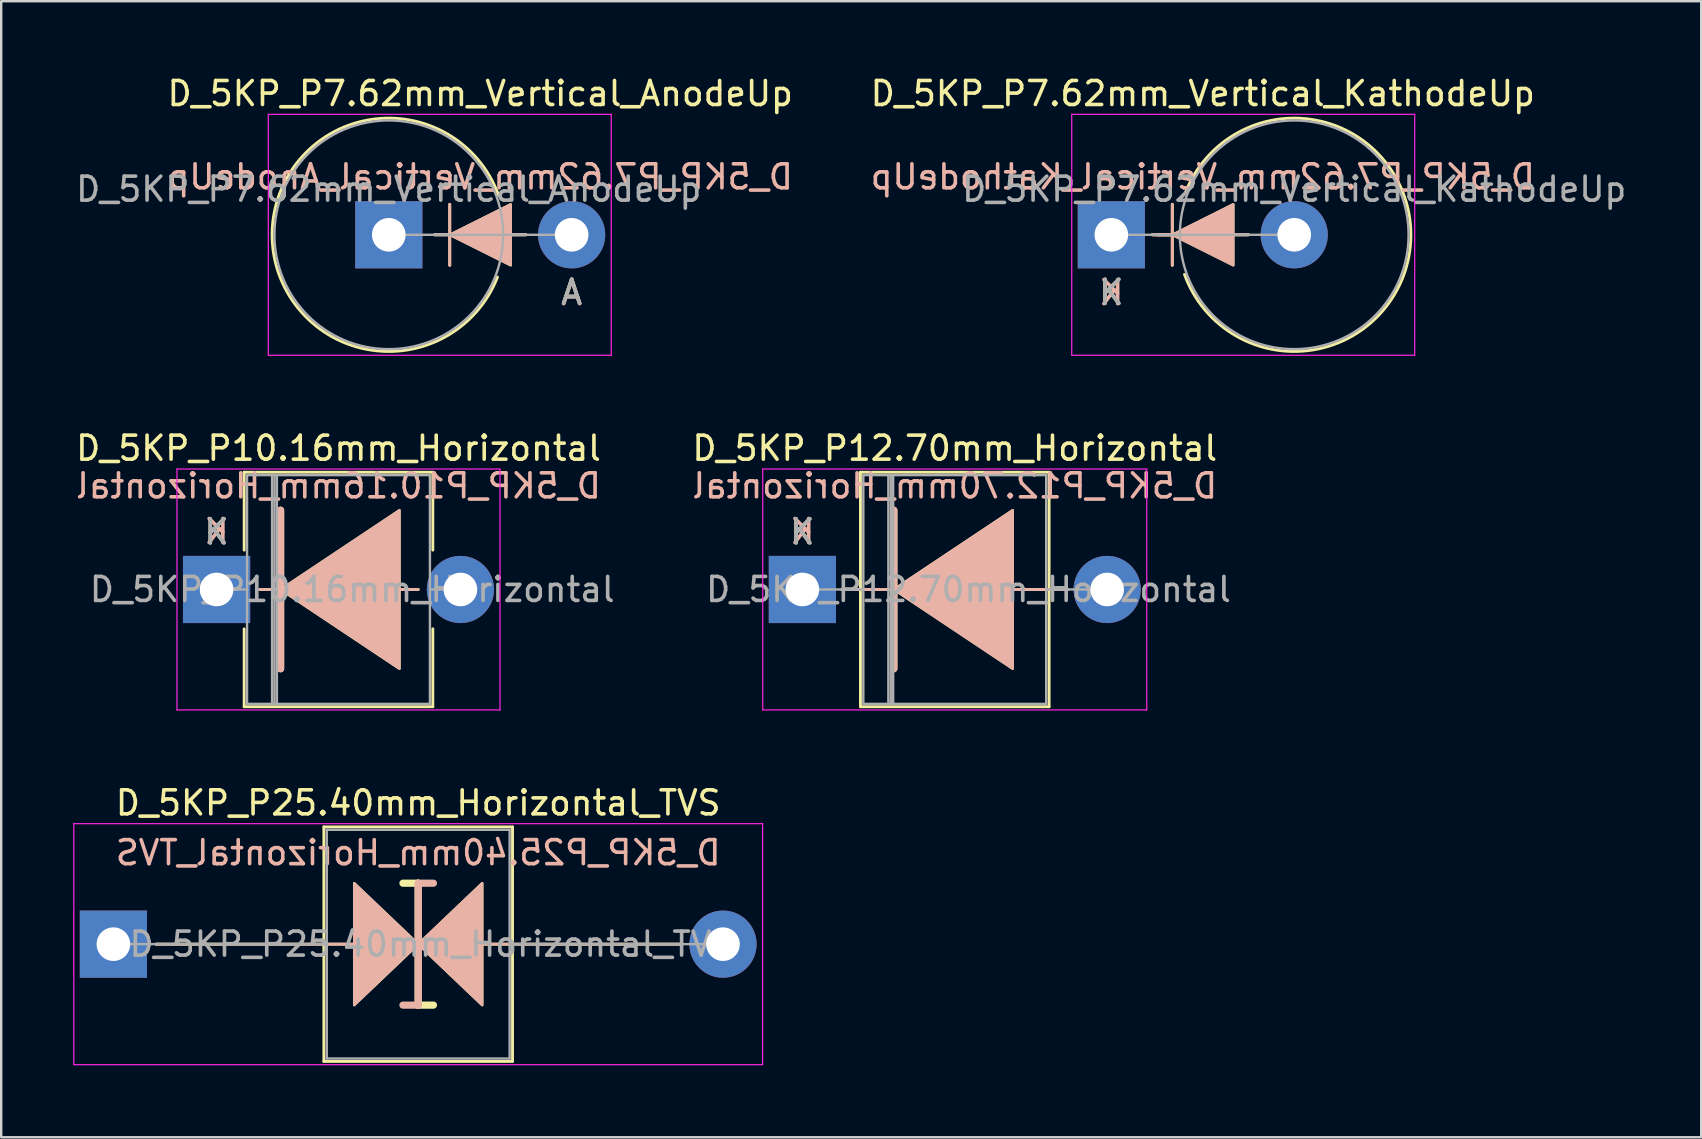
<source format=kicad_pcb>
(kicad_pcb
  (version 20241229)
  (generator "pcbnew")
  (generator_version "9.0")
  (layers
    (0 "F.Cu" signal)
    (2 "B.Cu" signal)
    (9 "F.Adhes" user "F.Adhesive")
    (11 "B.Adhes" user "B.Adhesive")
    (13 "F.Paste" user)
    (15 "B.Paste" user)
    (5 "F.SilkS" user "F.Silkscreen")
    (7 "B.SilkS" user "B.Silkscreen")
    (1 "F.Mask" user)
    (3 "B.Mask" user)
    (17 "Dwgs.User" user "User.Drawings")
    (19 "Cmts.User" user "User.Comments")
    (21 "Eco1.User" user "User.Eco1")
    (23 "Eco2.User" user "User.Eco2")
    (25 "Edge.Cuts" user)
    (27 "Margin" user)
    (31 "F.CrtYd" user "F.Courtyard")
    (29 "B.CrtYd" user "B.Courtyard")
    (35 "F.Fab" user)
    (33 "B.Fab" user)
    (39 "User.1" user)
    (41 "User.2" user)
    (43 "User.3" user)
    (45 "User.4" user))
  (footprint "D_5KP_P10.16mm_Horizontal"
    (layer "F.Cu")
    (at 5.974 21.512)
    (property "Reference" "D_5KP_P10.16mm_Horizontal" (at 5.08 -5.885 0) (layer "F.SilkS") (effects (font (size 1 1) (thickness 0.15))))
    (fp_line (start 1.15 -4.885) (end 9.01 -4.885) (stroke (width 0.12) (type solid)) (layer "F.SilkS"))
    (fp_line (start 1.15 -1.64) (end 1.15 -4.885) (stroke (width 0.12) (type solid)) (layer "F.SilkS"))
    (fp_line (start 1.15 1.64) (end 1.15 4.885) (stroke (width 0.12) (type solid)) (layer "F.SilkS"))
    (fp_line (start 1.15 4.885) (end 9.01 4.885) (stroke (width 0.12) (type solid)) (layer "F.SilkS"))
    (fp_line (start 1.8 0) (end 2.794 0) (stroke (width 0.12) (type solid)) (layer "F.SilkS"))
    (fp_line (start 2.667 -3.302) (end 2.667 3.302) (stroke (width 0.3) (type solid)) (layer "F.SilkS"))
    (fp_line (start 8.4 0) (end 7.6 0) (stroke (width 0.12) (type solid)) (layer "F.SilkS"))
    (fp_line (start 9.01 -4.885) (end 9.01 -1.64) (stroke (width 0.12) (type solid)) (layer "F.SilkS"))
    (fp_line (start 9.01 4.885) (end 9.01 1.64) (stroke (width 0.12) (type solid)) (layer "F.SilkS"))
    (fp_poly (pts (xy 7.62 3.302) (xy 2.667 0) (xy 7.62 -3.302)) (stroke (width 0.1) (type solid)) (fill yes) (layer "F.SilkS"))
    (fp_line (start 1.8 0) (end 2.794 0) (stroke (width 0.12) (type solid)) (layer "B.SilkS"))
    (fp_line (start 2.667 3.302) (end 2.667 -3.302) (stroke (width 0.3) (type solid)) (layer "B.SilkS"))
    (fp_line (start 8.4 0) (end 7.6 0) (stroke (width 0.12) (type solid)) (layer "B.SilkS"))
    (fp_poly (pts (xy 7.62 -3.302) (xy 2.667 0) (xy 7.62 3.302)) (stroke (width 0.1) (type solid)) (fill yes) (layer "B.SilkS"))
    (fp_line (start -1.65 -5.02) (end -1.65 5.02) (stroke (width 0.05) (type solid)) (layer "F.CrtYd"))
    (fp_line (start -1.65 5.02) (end 11.81 5.02) (stroke (width 0.05) (type solid)) (layer "F.CrtYd"))
    (fp_line (start 11.81 -5.02) (end -1.65 -5.02) (stroke (width 0.05) (type solid)) (layer "F.CrtYd"))
    (fp_line (start 11.81 5.02) (end 11.81 -5.02) (stroke (width 0.05) (type solid)) (layer "F.CrtYd"))
    (fp_line (start 0 0) (end 1.27 0) (stroke (width 0.1) (type solid)) (layer "F.Fab"))
    (fp_line (start 1.27 -4.765) (end 1.27 4.765) (stroke (width 0.1) (type solid)) (layer "F.Fab"))
    (fp_line (start 1.27 4.765) (end 8.89 4.765) (stroke (width 0.1) (type solid)) (layer "F.Fab"))
    (fp_line (start 2.313 -4.765) (end 2.313 4.765) (stroke (width 0.1) (type solid)) (layer "F.Fab"))
    (fp_line (start 2.413 -4.765) (end 2.413 4.765) (stroke (width 0.1) (type solid)) (layer "F.Fab"))
    (fp_line (start 2.513 -4.765) (end 2.513 4.765) (stroke (width 0.1) (type solid)) (layer "F.Fab"))
    (fp_line (start 8.89 -4.765) (end 1.27 -4.765) (stroke (width 0.1) (type solid)) (layer "F.Fab"))
    (fp_line (start 8.89 4.765) (end 8.89 -4.765) (stroke (width 0.1) (type solid)) (layer "F.Fab"))
    (fp_line (start 10.16 0) (end 8.89 0) (stroke (width 0.1) (type solid)) (layer "F.Fab"))
    (fp_text user "K" (at 0 -2.4 0) (layer "F.SilkS") (effects (font (size 1 1) (thickness 0.15))))
    (fp_text user "${REFERENCE}" (at 5.08 -4.318 0) (layer "B.SilkS") (effects (font (size 1 1) (thickness 0.15)) (justify mirror)))
    (fp_text user "K" (at 0 -2.413 0) (layer "B.SilkS") (effects (font (size 1 1) (thickness 0.15)) (justify mirror)))
    (fp_text user "K" (at 0 -2.4 0) (layer "F.Fab") (effects (font (size 1 1) (thickness 0.15))))
    (fp_text user "${REFERENCE}" (at 5.652 0 0) (layer "F.Fab") (effects (font (size 1 1) (thickness 0.15))))
    (pad "1" thru_hole rect (at 0 0) (size 2.8 2.8) (drill 1.4) (layers "*.Cu" "*.Mask"))
    (pad "2" thru_hole oval (at 10.16 0) (size 2.8 2.8) (drill 1.4) (layers "*.Cu" "*.Mask")))
  (footprint "D_5KP_P25.40mm_Horizontal_TVS"
    (layer "F.Cu")
    (at 1.675 36.29)
    (property "Reference" "D_5KP_P25.40mm_Horizontal_TVS" (at 12.7 -5.885 0) (layer "F.SilkS") (effects (font (size 1 1) (thickness 0.15))))
    (fp_line (start 1.778 0) (end 10.033 0) (stroke (width 0.12) (type solid)) (layer "F.SilkS"))
    (fp_line (start 8.77 -4.885) (end 8.77 4.885) (stroke (width 0.12) (type solid)) (layer "F.SilkS"))
    (fp_line (start 8.77 4.885) (end 16.63 4.885) (stroke (width 0.12) (type solid)) (layer "F.SilkS"))
    (fp_line (start 12.7 -2.54) (end 12.065 -2.54) (stroke (width 0.3) (type solid)) (layer "F.SilkS"))
    (fp_line (start 12.7 2.54) (end 12.7 -2.54) (stroke (width 0.3) (type solid)) (layer "F.SilkS"))
    (fp_line (start 13.335 2.54) (end 12.7 2.54) (stroke (width 0.3) (type solid)) (layer "F.SilkS"))
    (fp_line (start 16.63 -4.885) (end 8.77 -4.885) (stroke (width 0.12) (type solid)) (layer "F.SilkS"))
    (fp_line (start 16.63 4.885) (end 16.63 -4.885) (stroke (width 0.12) (type solid)) (layer "F.SilkS"))
    (fp_line (start 23.622 0) (end 15.367 0) (stroke (width 0.12) (type solid)) (layer "F.SilkS"))
    (fp_poly (pts (xy 12.7 0) (xy 10.033 2.54) (xy 10.033 -2.54)) (stroke (width 0.1) (type solid)) (fill yes) (layer "F.SilkS"))
    (fp_poly (pts (xy 12.7 0) (xy 15.367 -2.54) (xy 15.367 2.54)) (stroke (width 0.1) (type solid)) (fill yes) (layer "F.SilkS"))
    (fp_line (start 1.778 0) (end 10.033 0) (stroke (width 0.12) (type solid)) (layer "B.SilkS"))
    (fp_line (start 12.7 -2.54) (end 12.7 2.54) (stroke (width 0.3) (type solid)) (layer "B.SilkS"))
    (fp_line (start 12.7 2.54) (end 12.065 2.54) (stroke (width 0.3) (type solid)) (layer "B.SilkS"))
    (fp_line (start 13.335 -2.54) (end 12.7 -2.54) (stroke (width 0.3) (type solid)) (layer "B.SilkS"))
    (fp_line (start 23.622 0) (end 15.367 0) (stroke (width 0.12) (type solid)) (layer "B.SilkS"))
    (fp_poly (pts (xy 12.7 0) (xy 10.033 -2.54) (xy 10.033 2.54)) (stroke (width 0.1) (type solid)) (fill yes) (layer "B.SilkS"))
    (fp_poly (pts (xy 12.7 0) (xy 15.367 2.54) (xy 15.367 -2.54)) (stroke (width 0.1) (type solid)) (fill yes) (layer "B.SilkS"))
    (fp_line (start -1.65 -5.02) (end -1.65 5.02) (stroke (width 0.05) (type solid)) (layer "F.CrtYd"))
    (fp_line (start -1.65 5.02) (end 27.05 5.02) (stroke (width 0.05) (type solid)) (layer "F.CrtYd"))
    (fp_line (start 27.05 -5.02) (end -1.65 -5.02) (stroke (width 0.05) (type solid)) (layer "F.CrtYd"))
    (fp_line (start 27.05 5.02) (end 27.05 -5.02) (stroke (width 0.05) (type solid)) (layer "F.CrtYd"))
    (fp_line (start 0 0) (end 8.89 0) (stroke (width 0.1) (type solid)) (layer "F.Fab"))
    (fp_line (start 8.89 -4.765) (end 8.89 4.765) (stroke (width 0.1) (type solid)) (layer "F.Fab"))
    (fp_line (start 8.89 4.765) (end 16.51 4.765) (stroke (width 0.1) (type solid)) (layer "F.Fab"))
    (fp_line (start 16.51 -4.765) (end 8.89 -4.765) (stroke (width 0.1) (type solid)) (layer "F.Fab"))
    (fp_line (start 16.51 4.765) (end 16.51 -4.765) (stroke (width 0.1) (type solid)) (layer "F.Fab"))
    (fp_line (start 25.4 0) (end 16.51 0) (stroke (width 0.1) (type solid)) (layer "F.Fab"))
    (fp_text user "${REFERENCE}" (at 12.7 -3.81 0) (layer "B.SilkS") (effects (font (size 1 1) (thickness 0.15)) (justify mirror)))
    (fp_text user "${REFERENCE}" (at 13.271 0 0) (layer "F.Fab") (effects (font (size 1 1) (thickness 0.15))))
    (pad "1" thru_hole rect (at 0 0) (size 2.8 2.8) (drill 1.4) (layers "*.Cu" "*.Mask"))
    (pad "2" thru_hole oval (at 25.4 0) (size 2.8 2.8) (drill 1.4) (layers "*.Cu" "*.Mask")))
  (footprint "D_5KP_P7.62mm_Vertical_KathodeUp"
    (layer "F.Cu")
    (at 43.256 6.733)
    (property "Reference" "D_5KP_P7.62mm_Vertical_KathodeUp" (at 3.81 -5.885 0) (layer "F.SilkS") (effects (font (size 1 1) (thickness 0.15))))
    (fp_line (start 1.905 0) (end 5.72 0) (stroke (width 0.12) (type solid)) (layer "F.SilkS"))
    (fp_line (start 2.54 1.27) (end 2.54 -1.27) (stroke (width 0.12) (type solid)) (layer "F.SilkS"))
    (fp_line (start 2.735 0) (end 1.7 0) (stroke (width 0.12) (type solid)) (layer "F.SilkS"))
    (fp_arc (start 3.089558 -1.761839) (mid 12.480605 0.059187) (end 3.048 1.650999) (stroke (width 0.12) (type solid)) (layer "F.SilkS"))
    (fp_poly (pts (xy 5.08 1.27) (xy 2.54 0) (xy 5.08 -1.27)) (stroke (width 0.1) (type solid)) (fill yes) (layer "F.SilkS"))
    (fp_line (start 1.905 0) (end 5.72 0) (stroke (width 0.12) (type solid)) (layer "B.SilkS"))
    (fp_line (start 2.54 -1.27) (end 2.54 1.27) (stroke (width 0.12) (type solid)) (layer "B.SilkS"))
    (fp_line (start 2.735 0) (end 1.7 0) (stroke (width 0.12) (type solid)) (layer "B.SilkS"))
    (fp_poly (pts (xy 5.08 -1.27) (xy 2.54 0) (xy 5.08 1.27)) (stroke (width 0.1) (type solid)) (fill yes) (layer "B.SilkS"))
    (fp_line (start -1.65 -5.02) (end -1.65 5.02) (stroke (width 0.05) (type solid)) (layer "F.CrtYd"))
    (fp_line (start -1.65 5.02) (end 12.64 5.02) (stroke (width 0.05) (type solid)) (layer "F.CrtYd"))
    (fp_line (start 12.64 -5.02) (end -1.65 -5.02) (stroke (width 0.05) (type solid)) (layer "F.CrtYd"))
    (fp_line (start 12.64 5.02) (end 12.64 -5.02) (stroke (width 0.05) (type solid)) (layer "F.CrtYd"))
    (fp_line (start 0 0) (end 7.62 0) (stroke (width 0.1) (type solid)) (layer "F.Fab"))
    (fp_circle (center 7.62 0) (end 12.385 0) (stroke (width 0.1) (type solid)) (fill no) (layer "F.Fab"))
    (fp_text user "K" (at 0 2.4 0) (layer "F.SilkS") (effects (font (size 1 1) (thickness 0.15))))
    (fp_text user "${REFERENCE}" (at 3.81 -2.413 0) (layer "B.SilkS") (effects (font (size 1 1) (thickness 0.15)) (justify mirror)))
    (fp_text user "K" (at 0 2.413 0) (layer "B.SilkS") (effects (font (size 1 1) (thickness 0.15)) (justify mirror)))
    (fp_text user "${REFERENCE}" (at 7.62 -1.9 0) (layer "F.Fab") (effects (font (size 1 1) (thickness 0.15))))
    (fp_text user "K" (at 0 2.4 0) (layer "F.Fab") (effects (font (size 1 1) (thickness 0.15))))
    (pad "1" thru_hole rect (at 0 0) (size 2.8 2.8) (drill 1.4) (layers "*.Cu" "*.Mask"))
    (pad "2" thru_hole oval (at 7.62 0) (size 2.8 2.8) (drill 1.4) (layers "*.Cu" "*.Mask")))
  (footprint "D_5KP_P12.70mm_Horizontal"
    (layer "F.Cu")
    (at 30.382 21.512)
    (property "Reference" "D_5KP_P12.70mm_Horizontal" (at 6.35 -5.885 0) (layer "F.SilkS") (effects (font (size 1 1) (thickness 0.15))))
    (fp_line (start 1.64 0) (end 2.42 0) (stroke (width 0.12) (type solid)) (layer "F.SilkS"))
    (fp_line (start 2.42 -4.885) (end 2.42 4.885) (stroke (width 0.12) (type solid)) (layer "F.SilkS"))
    (fp_line (start 2.42 0) (end 3.81 0) (stroke (width 0.12) (type solid)) (layer "F.SilkS"))
    (fp_line (start 2.42 4.885) (end 10.28 4.885) (stroke (width 0.12) (type solid)) (layer "F.SilkS"))
    (fp_line (start 3.81 -3.302) (end 3.81 3.302) (stroke (width 0.3) (type solid)) (layer "F.SilkS"))
    (fp_line (start 10.28 -4.885) (end 2.42 -4.885) (stroke (width 0.12) (type solid)) (layer "F.SilkS"))
    (fp_line (start 10.28 0) (end 8.8 0) (stroke (width 0.12) (type solid)) (layer "F.SilkS"))
    (fp_line (start 10.28 4.885) (end 10.28 -4.885) (stroke (width 0.12) (type solid)) (layer "F.SilkS"))
    (fp_line (start 11.06 0) (end 10.28 0) (stroke (width 0.12) (type solid)) (layer "F.SilkS"))
    (fp_poly (pts (xy 8.763 3.302) (xy 3.81 0) (xy 8.763 -3.302)) (stroke (width 0.1) (type solid)) (fill yes) (layer "F.SilkS"))
    (fp_line (start 1.64 0) (end 2.42 0) (stroke (width 0.12) (type solid)) (layer "B.SilkS"))
    (fp_line (start 2.42 0) (end 3.81 0) (stroke (width 0.12) (type solid)) (layer "B.SilkS"))
    (fp_line (start 3.81 3.302) (end 3.81 -3.302) (stroke (width 0.3) (type solid)) (layer "B.SilkS"))
    (fp_line (start 10.28 0) (end 8.8 0) (stroke (width 0.12) (type solid)) (layer "B.SilkS"))
    (fp_line (start 11.06 0) (end 10.28 0) (stroke (width 0.12) (type solid)) (layer "B.SilkS"))
    (fp_poly (pts (xy 8.763 -3.302) (xy 3.81 0) (xy 8.763 3.302)) (stroke (width 0.1) (type solid)) (fill yes) (layer "B.SilkS"))
    (fp_line (start -1.65 -5.02) (end -1.65 5.02) (stroke (width 0.05) (type solid)) (layer "F.CrtYd"))
    (fp_line (start -1.65 5.02) (end 14.35 5.02) (stroke (width 0.05) (type solid)) (layer "F.CrtYd"))
    (fp_line (start 14.35 -5.02) (end -1.65 -5.02) (stroke (width 0.05) (type solid)) (layer "F.CrtYd"))
    (fp_line (start 14.35 5.02) (end 14.35 -5.02) (stroke (width 0.05) (type solid)) (layer "F.CrtYd"))
    (fp_line (start 0 0) (end 2.54 0) (stroke (width 0.1) (type solid)) (layer "F.Fab"))
    (fp_line (start 2.54 -4.765) (end 2.54 4.765) (stroke (width 0.1) (type solid)) (layer "F.Fab"))
    (fp_line (start 2.54 4.765) (end 10.16 4.765) (stroke (width 0.1) (type solid)) (layer "F.Fab"))
    (fp_line (start 3.583 -4.765) (end 3.583 4.765) (stroke (width 0.1) (type solid)) (layer "F.Fab"))
    (fp_line (start 3.683 -4.765) (end 3.683 4.765) (stroke (width 0.1) (type solid)) (layer "F.Fab"))
    (fp_line (start 3.783 -4.765) (end 3.783 4.765) (stroke (width 0.1) (type solid)) (layer "F.Fab"))
    (fp_line (start 10.16 -4.765) (end 2.54 -4.765) (stroke (width 0.1) (type solid)) (layer "F.Fab"))
    (fp_line (start 10.16 4.765) (end 10.16 -4.765) (stroke (width 0.1) (type solid)) (layer "F.Fab"))
    (fp_line (start 12.7 0) (end 10.16 0) (stroke (width 0.1) (type solid)) (layer "F.Fab"))
    (fp_text user "K" (at 0 -2.4 0) (layer "F.SilkS") (effects (font (size 1 1) (thickness 0.15))))
    (fp_text user "${REFERENCE}" (at 6.35 -4.318 0) (layer "B.SilkS") (effects (font (size 1 1) (thickness 0.15)) (justify mirror)))
    (fp_text user "K" (at 0 -2.413 0) (layer "B.SilkS") (effects (font (size 1 1) (thickness 0.15)) (justify mirror)))
    (fp_text user "K" (at 0 -2.4 0) (layer "F.Fab") (effects (font (size 1 1) (thickness 0.15))))
    (fp_text user "${REFERENCE}" (at 6.921 0 0) (layer "F.Fab") (effects (font (size 1 1) (thickness 0.15))))
    (pad "1" thru_hole rect (at 0 0) (size 2.8 2.8) (drill 1.4) (layers "*.Cu" "*.Mask"))
    (pad "2" thru_hole oval (at 12.7 0) (size 2.8 2.8) (drill 1.4) (layers "*.Cu" "*.Mask")))
  (footprint "D_5KP_P7.62mm_Vertical_AnodeUp"
    (layer "F.Cu")
    (at 13.149 6.733)
    (property "Reference" "D_5KP_P7.62mm_Vertical_AnodeUp" (at 3.81 -5.885 0) (layer "F.SilkS") (effects (font (size 1 1) (thickness 0.15))))
    (fp_line (start 1.905 0) (end 5.72 0) (stroke (width 0.12) (type solid)) (layer "F.SilkS"))
    (fp_line (start 2.54 1.27) (end 2.54 -1.27) (stroke (width 0.12) (type solid)) (layer "F.SilkS"))
    (fp_arc (start 4.530442 1.761839) (mid -4.860605 -0.059187) (end 4.572 -1.650999) (stroke (width 0.12) (type solid)) (layer "F.SilkS"))
    (fp_poly (pts (xy 5.08 1.27) (xy 2.54 0) (xy 5.08 -1.27)) (stroke (width 0.1) (type solid)) (fill yes) (layer "F.SilkS"))
    (fp_line (start 1.905 0) (end 5.72 0) (stroke (width 0.12) (type solid)) (layer "B.SilkS"))
    (fp_line (start 2.54 -1.27) (end 2.54 1.27) (stroke (width 0.12) (type solid)) (layer "B.SilkS"))
    (fp_poly (pts (xy 5.08 -1.27) (xy 2.54 0) (xy 5.08 1.27)) (stroke (width 0.1) (type solid)) (fill yes) (layer "B.SilkS"))
    (fp_line (start -5.02 -5.02) (end -5.02 5.02) (stroke (width 0.05) (type solid)) (layer "F.CrtYd"))
    (fp_line (start -5.02 5.02) (end 9.27 5.02) (stroke (width 0.05) (type solid)) (layer "F.CrtYd"))
    (fp_line (start 9.27 -5.02) (end -5.02 -5.02) (stroke (width 0.05) (type solid)) (layer "F.CrtYd"))
    (fp_line (start 9.27 5.02) (end 9.27 -5.02) (stroke (width 0.05) (type solid)) (layer "F.CrtYd"))
    (fp_line (start 0 0) (end 7.62 0) (stroke (width 0.1) (type solid)) (layer "F.Fab"))
    (fp_circle (center 0 0) (end 4.765 0) (stroke (width 0.1) (type solid)) (fill no) (layer "F.Fab"))
    (fp_text user "A" (at 7.62 2.4 0) (layer "F.SilkS") (effects (font (size 1 1) (thickness 0.15))))
    (fp_text user "A" (at 7.62 2.413 0) (layer "B.SilkS") (effects (font (size 1 1) (thickness 0.15)) (justify mirror)))
    (fp_text user "${REFERENCE}" (at 3.81 -2.413 0) (layer "B.SilkS") (effects (font (size 1 1) (thickness 0.15)) (justify mirror)))
    (fp_text user "A" (at 7.62 2.4 0) (layer "F.Fab") (effects (font (size 1 1) (thickness 0.15))))
    (fp_text user "${REFERENCE}" (at 0 -1.9 0) (layer "F.Fab") (effects (font (size 1 1) (thickness 0.15))))
    (pad "1" thru_hole rect (at 0 0) (size 2.8 2.8) (drill 1.4) (layers "*.Cu" "*.Mask"))
    (pad "2" thru_hole oval (at 7.62 0) (size 2.8 2.8) (drill 1.4) (layers "*.Cu" "*.Mask")))
  (gr_rect
    (start -3 -3)
    (end 67.834 44.335)
    (stroke (width 0.1) (type default))
    (fill no)
    (layer "Edge.Cuts")))
</source>
